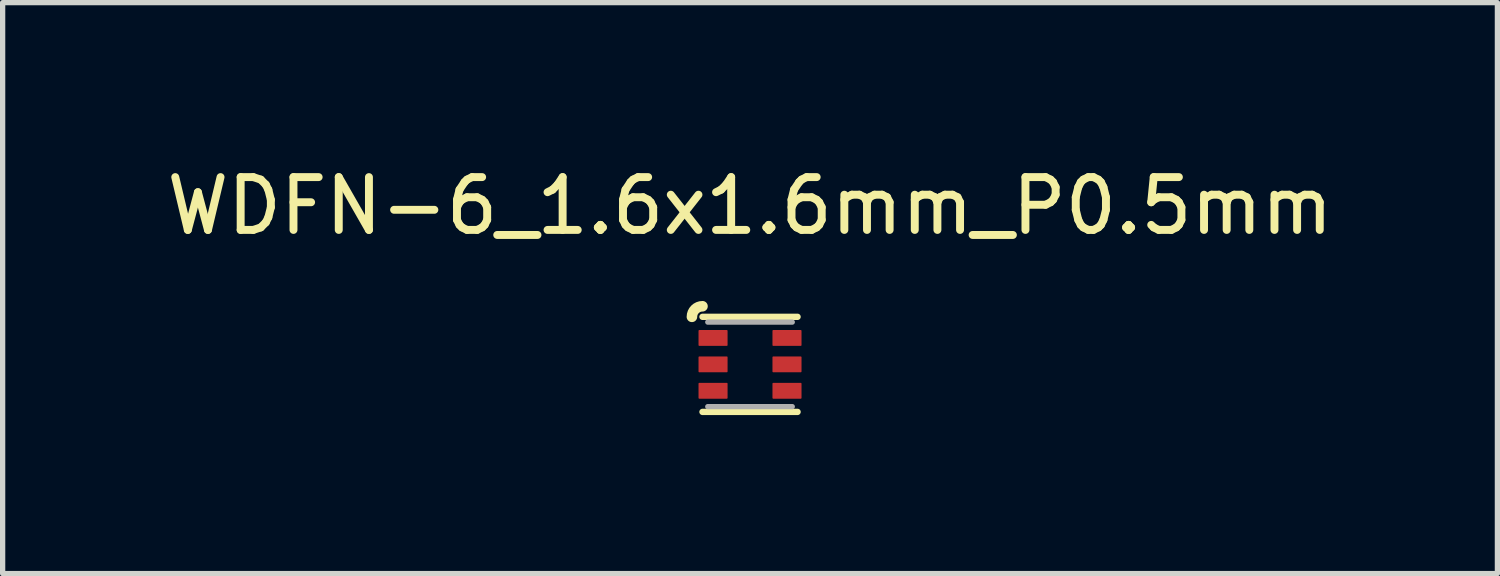
<source format=kicad_pcb>
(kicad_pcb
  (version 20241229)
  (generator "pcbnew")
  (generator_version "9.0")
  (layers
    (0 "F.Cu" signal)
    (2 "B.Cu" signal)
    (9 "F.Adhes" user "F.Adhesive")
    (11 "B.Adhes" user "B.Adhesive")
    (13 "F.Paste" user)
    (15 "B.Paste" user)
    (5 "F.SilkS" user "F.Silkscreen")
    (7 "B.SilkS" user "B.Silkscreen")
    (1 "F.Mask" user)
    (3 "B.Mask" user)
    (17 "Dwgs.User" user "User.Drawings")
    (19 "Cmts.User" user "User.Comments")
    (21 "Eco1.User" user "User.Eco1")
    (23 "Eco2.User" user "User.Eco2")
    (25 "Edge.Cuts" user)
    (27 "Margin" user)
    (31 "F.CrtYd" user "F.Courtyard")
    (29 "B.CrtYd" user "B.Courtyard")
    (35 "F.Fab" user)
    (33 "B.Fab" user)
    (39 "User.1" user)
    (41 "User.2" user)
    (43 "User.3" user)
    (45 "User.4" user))
  (footprint "WDFN-6_1.6x1.6mm_P0.5mm"
    (layer "F.Cu")
    (at 11.149 3.848)
    (property "Reference" "WDFN-6_1.6x1.6mm_P0.5mm" (at 0 -3 0) (unlocked yes) (layer "F.SilkS") (effects (font (size 1 1) (thickness 0.15))))
    (attr smd)
    (fp_line (start -0.9 -0.9) (end 0.9 -0.9) (stroke (width 0.12) (type solid)) (layer "F.SilkS"))
    (fp_line (start -0.9 0.9) (end 0.9 0.9) (stroke (width 0.12) (type solid)) (layer "F.SilkS"))
    (fp_arc (start -1.1 -0.9) (mid -1.041421 -1.041421) (end -0.9 -1.1) (stroke (width 0.2) (type solid)) (layer "F.SilkS"))
    (fp_line (start -0.8 -0.8) (end 0.8 -0.8) (stroke (width 0.1) (type solid)) (layer "F.Fab"))
    (fp_line (start 0.8 0.8) (end -0.8 0.8) (stroke (width 0.1) (type solid)) (layer "F.Fab"))
    (pad "1" smd roundrect (at -0.7 -0.5) (size 0.55 0.3) (layers "F.Cu" "F.Mask" "F.Paste") (roundrect_rratio 0.05))
    (pad "2" smd roundrect (at -0.7 0) (size 0.55 0.3) (layers "F.Cu" "F.Mask" "F.Paste") (roundrect_rratio 0.05))
    (pad "3" smd roundrect (at -0.7 0.5) (size 0.55 0.3) (layers "F.Cu" "F.Mask" "F.Paste") (roundrect_rratio 0.05))
    (pad "4" smd roundrect (at 0.7 0.5) (size 0.55 0.3) (layers "F.Cu" "F.Mask" "F.Paste") (roundrect_rratio 0.05))
    (pad "5" smd roundrect (at 0.7 0) (size 0.55 0.3) (layers "F.Cu" "F.Mask" "F.Paste") (roundrect_rratio 0.05))
    (pad "6" smd roundrect (at 0.7 -0.5) (size 0.55 0.3) (layers "F.Cu" "F.Mask" "F.Paste") (roundrect_rratio 0.05)))
  (gr_rect
    (start -3 -3)
    (end 25.298 7.808)
    (stroke (width 0.1) (type default))
    (fill no)
    (layer "Edge.Cuts")))
</source>
